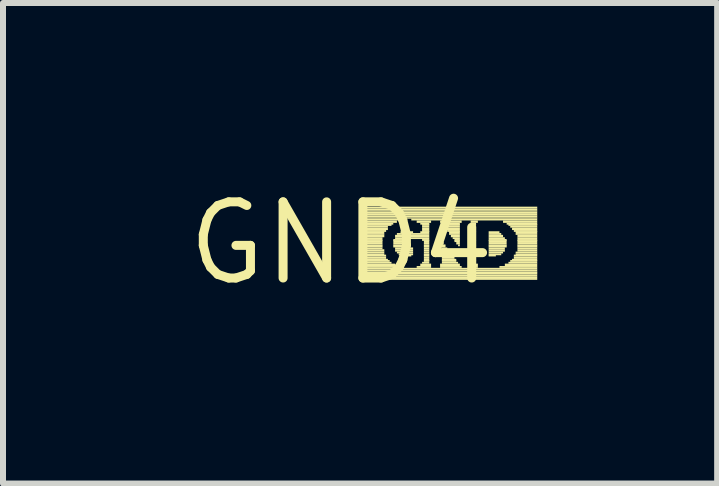
<source format=kicad_pcb>
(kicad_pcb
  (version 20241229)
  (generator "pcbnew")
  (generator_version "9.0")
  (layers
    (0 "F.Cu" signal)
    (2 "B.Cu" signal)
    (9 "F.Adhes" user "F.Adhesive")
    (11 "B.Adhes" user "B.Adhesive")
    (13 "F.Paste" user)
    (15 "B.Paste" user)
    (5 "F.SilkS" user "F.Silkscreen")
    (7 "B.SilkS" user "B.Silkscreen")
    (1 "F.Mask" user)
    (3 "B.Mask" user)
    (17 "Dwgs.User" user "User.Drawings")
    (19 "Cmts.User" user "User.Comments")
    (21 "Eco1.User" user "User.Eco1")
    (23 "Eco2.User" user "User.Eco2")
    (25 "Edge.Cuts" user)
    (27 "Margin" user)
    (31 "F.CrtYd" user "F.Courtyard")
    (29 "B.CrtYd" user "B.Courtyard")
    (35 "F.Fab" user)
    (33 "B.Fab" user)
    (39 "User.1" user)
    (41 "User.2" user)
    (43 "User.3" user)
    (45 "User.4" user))
  (footprint "GND4"
    (layer "F.Cu")
    (at 2.638 1.006)
    (property "Reference" "GND4" (at 0 0 0) (layer "F.SilkS") (effects (font (size 1.27 1.27) (thickness 0.15))))
    (fp_poly (pts (xy 0.36 -0.58) (xy 3.27 -0.58) (xy 3.27 -0.61) (xy 0.36 -0.61)) (stroke (width 0) (type default)) (fill yes) (layer "F.SilkS"))
    (fp_poly (pts (xy 0.36 -0.55) (xy 3.27 -0.55) (xy 3.27 -0.58) (xy 0.36 -0.58)) (stroke (width 0) (type default)) (fill yes) (layer "F.SilkS"))
    (fp_poly (pts (xy 0.36 -0.53) (xy 3.27 -0.53) (xy 3.27 -0.55) (xy 0.36 -0.55)) (stroke (width 0) (type default)) (fill yes) (layer "F.SilkS"))
    (fp_poly (pts (xy 0.36 -0.49) (xy 3.27 -0.49) (xy 3.27 -0.53) (xy 0.36 -0.53)) (stroke (width 0) (type default)) (fill yes) (layer "F.SilkS"))
    (fp_poly (pts (xy 0.36 -0.46) (xy 3.27 -0.46) (xy 3.27 -0.49) (xy 0.36 -0.49)) (stroke (width 0) (type default)) (fill yes) (layer "F.SilkS"))
    (fp_poly (pts (xy 0.36 -0.43) (xy 3.27 -0.43) (xy 3.27 -0.46) (xy 0.36 -0.46)) (stroke (width 0) (type default)) (fill yes) (layer "F.SilkS"))
    (fp_poly (pts (xy 0.36 -0.41) (xy 3.27 -0.41) (xy 3.27 -0.43) (xy 0.36 -0.43)) (stroke (width 0) (type default)) (fill yes) (layer "F.SilkS"))
    (fp_poly (pts (xy 0.36 -0.38) (xy 0.99 -0.38) (xy 0.99 -0.41) (xy 0.36 -0.41)) (stroke (width 0) (type default)) (fill yes) (layer "F.SilkS"))
    (fp_poly (pts (xy 0.36 -0.34) (xy 0.93 -0.34) (xy 0.93 -0.38) (xy 0.36 -0.38)) (stroke (width 0) (type default)) (fill yes) (layer "F.SilkS"))
    (fp_poly (pts (xy 0.36 -0.31) (xy 0.87 -0.31) (xy 0.87 -0.34) (xy 0.36 -0.34)) (stroke (width 0) (type default)) (fill yes) (layer "F.SilkS"))
    (fp_poly (pts (xy 0.36 -0.29) (xy 0.84 -0.29) (xy 0.84 -0.32) (xy 0.36 -0.32)) (stroke (width 0) (type default)) (fill yes) (layer "F.SilkS"))
    (fp_poly (pts (xy 0.36 -0.26) (xy 0.78 -0.26) (xy 0.78 -0.29) (xy 0.36 -0.29)) (stroke (width 0) (type default)) (fill yes) (layer "F.SilkS"))
    (fp_poly (pts (xy 0.36 -0.22) (xy 0.78 -0.22) (xy 0.78 -0.26) (xy 0.36 -0.26)) (stroke (width 0) (type default)) (fill yes) (layer "F.SilkS"))
    (fp_poly (pts (xy 0.36 -0.19) (xy 0.75 -0.19) (xy 0.75 -0.22) (xy 0.36 -0.22)) (stroke (width 0) (type default)) (fill yes) (layer "F.SilkS"))
    (fp_poly (pts (xy 0.36 -0.17) (xy 0.72 -0.17) (xy 0.72 -0.2) (xy 0.36 -0.2)) (stroke (width 0) (type default)) (fill yes) (layer "F.SilkS"))
    (fp_poly (pts (xy 0.36 -0.14) (xy 0.72 -0.14) (xy 0.72 -0.17) (xy 0.36 -0.17)) (stroke (width 0) (type default)) (fill yes) (layer "F.SilkS"))
    (fp_poly (pts (xy 0.36 -0.1) (xy 0.72 -0.1) (xy 0.72 -0.14) (xy 0.36 -0.14)) (stroke (width 0) (type default)) (fill yes) (layer "F.SilkS"))
    (fp_poly (pts (xy 0.36 -0.07) (xy 0.69 -0.07) (xy 0.69 -0.1) (xy 0.36 -0.1)) (stroke (width 0) (type default)) (fill yes) (layer "F.SilkS"))
    (fp_poly (pts (xy 0.36 -0.04) (xy 0.69 -0.04) (xy 0.69 -0.07) (xy 0.36 -0.07)) (stroke (width 0) (type default)) (fill yes) (layer "F.SilkS"))
    (fp_poly (pts (xy 0.36 -0.02) (xy 0.69 -0.02) (xy 0.69 -0.05) (xy 0.36 -0.05)) (stroke (width 0) (type default)) (fill yes) (layer "F.SilkS"))
    (fp_poly (pts (xy 0.36 0.02) (xy 0.69 0.02) (xy 0.69 -0.02) (xy 0.36 -0.02)) (stroke (width 0) (type default)) (fill yes) (layer "F.SilkS"))
    (fp_poly (pts (xy 0.36 0.05) (xy 0.69 0.05) (xy 0.69 0.02) (xy 0.36 0.02)) (stroke (width 0) (type default)) (fill yes) (layer "F.SilkS"))
    (fp_poly (pts (xy 0.36 0.07) (xy 0.69 0.07) (xy 0.69 0.04) (xy 0.36 0.04)) (stroke (width 0) (type default)) (fill yes) (layer "F.SilkS"))
    (fp_poly (pts (xy 0.36 0.1) (xy 0.69 0.1) (xy 0.69 0.07) (xy 0.36 0.07)) (stroke (width 0) (type default)) (fill yes) (layer "F.SilkS"))
    (fp_poly (pts (xy 0.36 0.14) (xy 0.72 0.14) (xy 0.72 0.1) (xy 0.36 0.1)) (stroke (width 0) (type default)) (fill yes) (layer "F.SilkS"))
    (fp_poly (pts (xy 0.36 0.17) (xy 0.72 0.17) (xy 0.72 0.14) (xy 0.36 0.14)) (stroke (width 0) (type default)) (fill yes) (layer "F.SilkS"))
    (fp_poly (pts (xy 0.36 0.2) (xy 0.72 0.2) (xy 0.72 0.17) (xy 0.36 0.17)) (stroke (width 0) (type default)) (fill yes) (layer "F.SilkS"))
    (fp_poly (pts (xy 0.36 0.22) (xy 0.75 0.22) (xy 0.75 0.19) (xy 0.36 0.19)) (stroke (width 0) (type default)) (fill yes) (layer "F.SilkS"))
    (fp_poly (pts (xy 0.36 0.26) (xy 0.75 0.26) (xy 0.75 0.22) (xy 0.36 0.22)) (stroke (width 0) (type default)) (fill yes) (layer "F.SilkS"))
    (fp_poly (pts (xy 0.36 0.29) (xy 0.78 0.29) (xy 0.78 0.26) (xy 0.36 0.26)) (stroke (width 0) (type default)) (fill yes) (layer "F.SilkS"))
    (fp_poly (pts (xy 0.36 0.31) (xy 0.81 0.31) (xy 0.81 0.28) (xy 0.36 0.28)) (stroke (width 0) (type default)) (fill yes) (layer "F.SilkS"))
    (fp_poly (pts (xy 0.36 0.34) (xy 0.84 0.34) (xy 0.84 0.31) (xy 0.36 0.31)) (stroke (width 0) (type default)) (fill yes) (layer "F.SilkS"))
    (fp_poly (pts (xy 0.36 0.38) (xy 0.9 0.38) (xy 0.9 0.34) (xy 0.36 0.34)) (stroke (width 0) (type default)) (fill yes) (layer "F.SilkS"))
    (fp_poly (pts (xy 0.36 0.41) (xy 0.96 0.41) (xy 0.96 0.38) (xy 0.36 0.38)) (stroke (width 0) (type default)) (fill yes) (layer "F.SilkS"))
    (fp_poly (pts (xy 0.36 0.44) (xy 3.27 0.44) (xy 3.27 0.41) (xy 0.36 0.41)) (stroke (width 0) (type default)) (fill yes) (layer "F.SilkS"))
    (fp_poly (pts (xy 0.36 0.47) (xy 3.27 0.47) (xy 3.27 0.44) (xy 0.36 0.44)) (stroke (width 0) (type default)) (fill yes) (layer "F.SilkS"))
    (fp_poly (pts (xy 0.36 0.5) (xy 3.27 0.5) (xy 3.27 0.47) (xy 0.36 0.47)) (stroke (width 0) (type default)) (fill yes) (layer "F.SilkS"))
    (fp_poly (pts (xy 0.36 0.52) (xy 3.27 0.52) (xy 3.27 0.49) (xy 0.36 0.49)) (stroke (width 0) (type default)) (fill yes) (layer "F.SilkS"))
    (fp_poly (pts (xy 0.36 0.55) (xy 3.27 0.55) (xy 3.27 0.52) (xy 0.36 0.52)) (stroke (width 0) (type default)) (fill yes) (layer "F.SilkS"))
    (fp_poly (pts (xy 0.36 0.58) (xy 3.27 0.58) (xy 3.27 0.55) (xy 0.36 0.55)) (stroke (width 0) (type default)) (fill yes) (layer "F.SilkS"))
    (fp_poly (pts (xy 0.36 0.61) (xy 3.27 0.61) (xy 3.27 0.58) (xy 0.36 0.58)) (stroke (width 0) (type default)) (fill yes) (layer "F.SilkS"))
    (fp_poly (pts (xy 0.87 -0.04) (xy 1.08 -0.04) (xy 1.08 -0.07) (xy 0.87 -0.07)) (stroke (width 0) (type default)) (fill yes) (layer "F.SilkS"))
    (fp_poly (pts (xy 0.87 -0.02) (xy 1.05 -0.02) (xy 1.05 -0.05) (xy 0.87 -0.05)) (stroke (width 0) (type default)) (fill yes) (layer "F.SilkS"))
    (fp_poly (pts (xy 0.87 0.02) (xy 1.05 0.02) (xy 1.05 -0.02) (xy 0.87 -0.02)) (stroke (width 0) (type default)) (fill yes) (layer "F.SilkS"))
    (fp_poly (pts (xy 0.87 0.05) (xy 1.05 0.05) (xy 1.05 0.02) (xy 0.87 0.02)) (stroke (width 0) (type default)) (fill yes) (layer "F.SilkS"))
    (fp_poly (pts (xy 0.87 0.07) (xy 1.05 0.07) (xy 1.05 0.04) (xy 0.87 0.04)) (stroke (width 0) (type default)) (fill yes) (layer "F.SilkS"))
    (fp_poly (pts (xy 0.9 -0.1) (xy 1.47 -0.1) (xy 1.47 -0.14) (xy 0.9 -0.14)) (stroke (width 0) (type default)) (fill yes) (layer "F.SilkS"))
    (fp_poly (pts (xy 0.9 -0.07) (xy 1.47 -0.07) (xy 1.47 -0.1) (xy 0.9 -0.1)) (stroke (width 0) (type default)) (fill yes) (layer "F.SilkS"))
    (fp_poly (pts (xy 0.9 0.1) (xy 1.2 0.1) (xy 1.2 0.07) (xy 0.9 0.07)) (stroke (width 0) (type default)) (fill yes) (layer "F.SilkS"))
    (fp_poly (pts (xy 0.9 0.14) (xy 1.2 0.14) (xy 1.2 0.1) (xy 0.9 0.1)) (stroke (width 0) (type default)) (fill yes) (layer "F.SilkS"))
    (fp_poly (pts (xy 0.93 -0.14) (xy 1.47 -0.14) (xy 1.47 -0.17) (xy 0.93 -0.17)) (stroke (width 0) (type default)) (fill yes) (layer "F.SilkS"))
    (fp_poly (pts (xy 0.93 0.17) (xy 1.2 0.17) (xy 1.2 0.14) (xy 0.93 0.14)) (stroke (width 0) (type default)) (fill yes) (layer "F.SilkS"))
    (fp_poly (pts (xy 0.96 0.2) (xy 1.2 0.2) (xy 1.2 0.17) (xy 0.96 0.17)) (stroke (width 0) (type default)) (fill yes) (layer "F.SilkS"))
    (fp_poly (pts (xy 0.99 -0.17) (xy 1.2 -0.17) (xy 1.2 -0.2) (xy 0.99 -0.2)) (stroke (width 0) (type default)) (fill yes) (layer "F.SilkS"))
    (fp_poly (pts (xy 1.02 0.22) (xy 1.17 0.22) (xy 1.17 0.19) (xy 1.02 0.19)) (stroke (width 0) (type default)) (fill yes) (layer "F.SilkS"))
    (fp_poly (pts (xy 1.17 -0.38) (xy 3.27 -0.38) (xy 3.27 -0.41) (xy 1.17 -0.41)) (stroke (width 0) (type default)) (fill yes) (layer "F.SilkS"))
    (fp_poly (pts (xy 1.26 -0.34) (xy 1.5 -0.34) (xy 1.5 -0.38) (xy 1.26 -0.38)) (stroke (width 0) (type default)) (fill yes) (layer "F.SilkS"))
    (fp_poly (pts (xy 1.26 0.41) (xy 1.5 0.41) (xy 1.5 0.38) (xy 1.26 0.38)) (stroke (width 0) (type default)) (fill yes) (layer "F.SilkS"))
    (fp_poly (pts (xy 1.32 -0.31) (xy 1.47 -0.31) (xy 1.47 -0.34) (xy 1.32 -0.34)) (stroke (width 0) (type default)) (fill yes) (layer "F.SilkS"))
    (fp_poly (pts (xy 1.32 -0.17) (xy 1.47 -0.17) (xy 1.47 -0.2) (xy 1.32 -0.2)) (stroke (width 0) (type default)) (fill yes) (layer "F.SilkS"))
    (fp_poly (pts (xy 1.32 0.38) (xy 1.5 0.38) (xy 1.5 0.34) (xy 1.32 0.34)) (stroke (width 0) (type default)) (fill yes) (layer "F.SilkS"))
    (fp_poly (pts (xy 1.35 -0.29) (xy 1.47 -0.29) (xy 1.47 -0.32) (xy 1.35 -0.32)) (stroke (width 0) (type default)) (fill yes) (layer "F.SilkS"))
    (fp_poly (pts (xy 1.35 -0.26) (xy 1.47 -0.26) (xy 1.47 -0.29) (xy 1.35 -0.29)) (stroke (width 0) (type default)) (fill yes) (layer "F.SilkS"))
    (fp_poly (pts (xy 1.35 -0.22) (xy 1.47 -0.22) (xy 1.47 -0.26) (xy 1.35 -0.26)) (stroke (width 0) (type default)) (fill yes) (layer "F.SilkS"))
    (fp_poly (pts (xy 1.35 -0.19) (xy 1.47 -0.19) (xy 1.47 -0.22) (xy 1.35 -0.22)) (stroke (width 0) (type default)) (fill yes) (layer "F.SilkS"))
    (fp_poly (pts (xy 1.35 -0.04) (xy 1.47 -0.04) (xy 1.47 -0.07) (xy 1.35 -0.07)) (stroke (width 0) (type default)) (fill yes) (layer "F.SilkS"))
    (fp_poly (pts (xy 1.35 0.34) (xy 1.47 0.34) (xy 1.47 0.31) (xy 1.35 0.31)) (stroke (width 0) (type default)) (fill yes) (layer "F.SilkS"))
    (fp_poly (pts (xy 1.38 -0.02) (xy 1.47 -0.02) (xy 1.47 -0.05) (xy 1.38 -0.05)) (stroke (width 0) (type default)) (fill yes) (layer "F.SilkS"))
    (fp_poly (pts (xy 1.38 0.02) (xy 1.47 0.02) (xy 1.47 -0.02) (xy 1.38 -0.02)) (stroke (width 0) (type default)) (fill yes) (layer "F.SilkS"))
    (fp_poly (pts (xy 1.38 0.05) (xy 1.47 0.05) (xy 1.47 0.02) (xy 1.38 0.02)) (stroke (width 0) (type default)) (fill yes) (layer "F.SilkS"))
    (fp_poly (pts (xy 1.38 0.07) (xy 1.47 0.07) (xy 1.47 0.04) (xy 1.38 0.04)) (stroke (width 0) (type default)) (fill yes) (layer "F.SilkS"))
    (fp_poly (pts (xy 1.38 0.1) (xy 1.47 0.1) (xy 1.47 0.07) (xy 1.38 0.07)) (stroke (width 0) (type default)) (fill yes) (layer "F.SilkS"))
    (fp_poly (pts (xy 1.38 0.14) (xy 1.47 0.14) (xy 1.47 0.1) (xy 1.38 0.1)) (stroke (width 0) (type default)) (fill yes) (layer "F.SilkS"))
    (fp_poly (pts (xy 1.38 0.17) (xy 1.47 0.17) (xy 1.47 0.14) (xy 1.38 0.14)) (stroke (width 0) (type default)) (fill yes) (layer "F.SilkS"))
    (fp_poly (pts (xy 1.38 0.2) (xy 1.47 0.2) (xy 1.47 0.17) (xy 1.38 0.17)) (stroke (width 0) (type default)) (fill yes) (layer "F.SilkS"))
    (fp_poly (pts (xy 1.38 0.22) (xy 1.47 0.22) (xy 1.47 0.19) (xy 1.38 0.19)) (stroke (width 0) (type default)) (fill yes) (layer "F.SilkS"))
    (fp_poly (pts (xy 1.38 0.26) (xy 1.47 0.26) (xy 1.47 0.22) (xy 1.38 0.22)) (stroke (width 0) (type default)) (fill yes) (layer "F.SilkS"))
    (fp_poly (pts (xy 1.38 0.29) (xy 1.47 0.29) (xy 1.47 0.26) (xy 1.38 0.26)) (stroke (width 0) (type default)) (fill yes) (layer "F.SilkS"))
    (fp_poly (pts (xy 1.38 0.31) (xy 1.47 0.31) (xy 1.47 0.28) (xy 1.38 0.28)) (stroke (width 0) (type default)) (fill yes) (layer "F.SilkS"))
    (fp_poly (pts (xy 1.65 -0.34) (xy 2.01 -0.34) (xy 2.01 -0.38) (xy 1.65 -0.38)) (stroke (width 0) (type default)) (fill yes) (layer "F.SilkS"))
    (fp_poly (pts (xy 1.65 0.38) (xy 1.98 0.38) (xy 1.98 0.34) (xy 1.65 0.34)) (stroke (width 0) (type default)) (fill yes) (layer "F.SilkS"))
    (fp_poly (pts (xy 1.65 0.41) (xy 2.01 0.41) (xy 2.01 0.38) (xy 1.65 0.38)) (stroke (width 0) (type default)) (fill yes) (layer "F.SilkS"))
    (fp_poly (pts (xy 1.68 -0.31) (xy 1.98 -0.31) (xy 1.98 -0.34) (xy 1.68 -0.34)) (stroke (width 0) (type default)) (fill yes) (layer "F.SilkS"))
    (fp_poly (pts (xy 1.68 0.02) (xy 1.71 0.02) (xy 1.71 -0.02) (xy 1.68 -0.02)) (stroke (width 0) (type default)) (fill yes) (layer "F.SilkS"))
    (fp_poly (pts (xy 1.68 0.05) (xy 1.74 0.05) (xy 1.74 0.02) (xy 1.68 0.02)) (stroke (width 0) (type default)) (fill yes) (layer "F.SilkS"))
    (fp_poly (pts (xy 1.68 0.07) (xy 1.74 0.07) (xy 1.74 0.04) (xy 1.68 0.04)) (stroke (width 0) (type default)) (fill yes) (layer "F.SilkS"))
    (fp_poly (pts (xy 1.68 0.1) (xy 1.77 0.1) (xy 1.77 0.07) (xy 1.68 0.07)) (stroke (width 0) (type default)) (fill yes) (layer "F.SilkS"))
    (fp_poly (pts (xy 1.68 0.14) (xy 1.8 0.14) (xy 1.8 0.1) (xy 1.68 0.1)) (stroke (width 0) (type default)) (fill yes) (layer "F.SilkS"))
    (fp_poly (pts (xy 1.68 0.17) (xy 1.83 0.17) (xy 1.83 0.14) (xy 1.68 0.14)) (stroke (width 0) (type default)) (fill yes) (layer "F.SilkS"))
    (fp_poly (pts (xy 1.68 0.2) (xy 1.83 0.2) (xy 1.83 0.17) (xy 1.68 0.17)) (stroke (width 0) (type default)) (fill yes) (layer "F.SilkS"))
    (fp_poly (pts (xy 1.68 0.22) (xy 1.86 0.22) (xy 1.86 0.19) (xy 1.68 0.19)) (stroke (width 0) (type default)) (fill yes) (layer "F.SilkS"))
    (fp_poly (pts (xy 1.68 0.26) (xy 1.89 0.26) (xy 1.89 0.22) (xy 1.68 0.22)) (stroke (width 0) (type default)) (fill yes) (layer "F.SilkS"))
    (fp_poly (pts (xy 1.68 0.29) (xy 1.92 0.29) (xy 1.92 0.26) (xy 1.68 0.26)) (stroke (width 0) (type default)) (fill yes) (layer "F.SilkS"))
    (fp_poly (pts (xy 1.68 0.31) (xy 1.92 0.31) (xy 1.92 0.28) (xy 1.68 0.28)) (stroke (width 0) (type default)) (fill yes) (layer "F.SilkS"))
    (fp_poly (pts (xy 1.68 0.34) (xy 1.95 0.34) (xy 1.95 0.31) (xy 1.68 0.31)) (stroke (width 0) (type default)) (fill yes) (layer "F.SilkS"))
    (fp_poly (pts (xy 1.71 -0.29) (xy 1.98 -0.29) (xy 1.98 -0.32) (xy 1.71 -0.32)) (stroke (width 0) (type default)) (fill yes) (layer "F.SilkS"))
    (fp_poly (pts (xy 1.71 -0.26) (xy 1.98 -0.26) (xy 1.98 -0.29) (xy 1.71 -0.29)) (stroke (width 0) (type default)) (fill yes) (layer "F.SilkS"))
    (fp_poly (pts (xy 1.74 -0.22) (xy 1.98 -0.22) (xy 1.98 -0.26) (xy 1.74 -0.26)) (stroke (width 0) (type default)) (fill yes) (layer "F.SilkS"))
    (fp_poly (pts (xy 1.77 -0.19) (xy 1.98 -0.19) (xy 1.98 -0.22) (xy 1.77 -0.22)) (stroke (width 0) (type default)) (fill yes) (layer "F.SilkS"))
    (fp_poly (pts (xy 1.8 -0.17) (xy 1.98 -0.17) (xy 1.98 -0.2) (xy 1.8 -0.2)) (stroke (width 0) (type default)) (fill yes) (layer "F.SilkS"))
    (fp_poly (pts (xy 1.8 -0.14) (xy 1.98 -0.14) (xy 1.98 -0.17) (xy 1.8 -0.17)) (stroke (width 0) (type default)) (fill yes) (layer "F.SilkS"))
    (fp_poly (pts (xy 1.83 -0.1) (xy 1.98 -0.1) (xy 1.98 -0.14) (xy 1.83 -0.14)) (stroke (width 0) (type default)) (fill yes) (layer "F.SilkS"))
    (fp_poly (pts (xy 1.86 -0.07) (xy 1.98 -0.07) (xy 1.98 -0.1) (xy 1.86 -0.1)) (stroke (width 0) (type default)) (fill yes) (layer "F.SilkS"))
    (fp_poly (pts (xy 1.89 -0.04) (xy 1.98 -0.04) (xy 1.98 -0.07) (xy 1.89 -0.07)) (stroke (width 0) (type default)) (fill yes) (layer "F.SilkS"))
    (fp_poly (pts (xy 1.89 -0.02) (xy 1.98 -0.02) (xy 1.98 -0.05) (xy 1.89 -0.05)) (stroke (width 0) (type default)) (fill yes) (layer "F.SilkS"))
    (fp_poly (pts (xy 1.92 0.02) (xy 1.98 0.02) (xy 1.98 -0.02) (xy 1.92 -0.02)) (stroke (width 0) (type default)) (fill yes) (layer "F.SilkS"))
    (fp_poly (pts (xy 1.95 0.05) (xy 1.98 0.05) (xy 1.98 0.02) (xy 1.95 0.02)) (stroke (width 0) (type default)) (fill yes) (layer "F.SilkS"))
    (fp_poly (pts (xy 2.13 0.41) (xy 2.28 0.41) (xy 2.28 0.38) (xy 2.13 0.38)) (stroke (width 0) (type default)) (fill yes) (layer "F.SilkS"))
    (fp_poly (pts (xy 2.16 -0.34) (xy 2.28 -0.34) (xy 2.28 -0.38) (xy 2.16 -0.38)) (stroke (width 0) (type default)) (fill yes) (layer "F.SilkS"))
    (fp_poly (pts (xy 2.16 -0.31) (xy 2.25 -0.31) (xy 2.25 -0.34) (xy 2.16 -0.34)) (stroke (width 0) (type default)) (fill yes) (layer "F.SilkS"))
    (fp_poly (pts (xy 2.16 -0.29) (xy 2.25 -0.29) (xy 2.25 -0.32) (xy 2.16 -0.32)) (stroke (width 0) (type default)) (fill yes) (layer "F.SilkS"))
    (fp_poly (pts (xy 2.16 -0.26) (xy 2.25 -0.26) (xy 2.25 -0.29) (xy 2.16 -0.29)) (stroke (width 0) (type default)) (fill yes) (layer "F.SilkS"))
    (fp_poly (pts (xy 2.16 -0.22) (xy 2.25 -0.22) (xy 2.25 -0.26) (xy 2.16 -0.26)) (stroke (width 0) (type default)) (fill yes) (layer "F.SilkS"))
    (fp_poly (pts (xy 2.16 -0.19) (xy 2.25 -0.19) (xy 2.25 -0.22) (xy 2.16 -0.22)) (stroke (width 0) (type default)) (fill yes) (layer "F.SilkS"))
    (fp_poly (pts (xy 2.16 -0.17) (xy 2.25 -0.17) (xy 2.25 -0.2) (xy 2.16 -0.2)) (stroke (width 0) (type default)) (fill yes) (layer "F.SilkS"))
    (fp_poly (pts (xy 2.16 -0.14) (xy 2.25 -0.14) (xy 2.25 -0.17) (xy 2.16 -0.17)) (stroke (width 0) (type default)) (fill yes) (layer "F.SilkS"))
    (fp_poly (pts (xy 2.16 -0.1) (xy 2.25 -0.1) (xy 2.25 -0.14) (xy 2.16 -0.14)) (stroke (width 0) (type default)) (fill yes) (layer "F.SilkS"))
    (fp_poly (pts (xy 2.16 -0.07) (xy 2.25 -0.07) (xy 2.25 -0.1) (xy 2.16 -0.1)) (stroke (width 0) (type default)) (fill yes) (layer "F.SilkS"))
    (fp_poly (pts (xy 2.16 -0.04) (xy 2.25 -0.04) (xy 2.25 -0.07) (xy 2.16 -0.07)) (stroke (width 0) (type default)) (fill yes) (layer "F.SilkS"))
    (fp_poly (pts (xy 2.16 -0.02) (xy 2.25 -0.02) (xy 2.25 -0.05) (xy 2.16 -0.05)) (stroke (width 0) (type default)) (fill yes) (layer "F.SilkS"))
    (fp_poly (pts (xy 2.16 0.02) (xy 2.25 0.02) (xy 2.25 -0.02) (xy 2.16 -0.02)) (stroke (width 0) (type default)) (fill yes) (layer "F.SilkS"))
    (fp_poly (pts (xy 2.16 0.05) (xy 2.25 0.05) (xy 2.25 0.02) (xy 2.16 0.02)) (stroke (width 0) (type default)) (fill yes) (layer "F.SilkS"))
    (fp_poly (pts (xy 2.16 0.07) (xy 2.25 0.07) (xy 2.25 0.04) (xy 2.16 0.04)) (stroke (width 0) (type default)) (fill yes) (layer "F.SilkS"))
    (fp_poly (pts (xy 2.16 0.1) (xy 2.25 0.1) (xy 2.25 0.07) (xy 2.16 0.07)) (stroke (width 0) (type default)) (fill yes) (layer "F.SilkS"))
    (fp_poly (pts (xy 2.16 0.14) (xy 2.25 0.14) (xy 2.25 0.1) (xy 2.16 0.1)) (stroke (width 0) (type default)) (fill yes) (layer "F.SilkS"))
    (fp_poly (pts (xy 2.16 0.17) (xy 2.25 0.17) (xy 2.25 0.14) (xy 2.16 0.14)) (stroke (width 0) (type default)) (fill yes) (layer "F.SilkS"))
    (fp_poly (pts (xy 2.16 0.2) (xy 2.25 0.2) (xy 2.25 0.17) (xy 2.16 0.17)) (stroke (width 0) (type default)) (fill yes) (layer "F.SilkS"))
    (fp_poly (pts (xy 2.16 0.22) (xy 2.25 0.22) (xy 2.25 0.19) (xy 2.16 0.19)) (stroke (width 0) (type default)) (fill yes) (layer "F.SilkS"))
    (fp_poly (pts (xy 2.16 0.26) (xy 2.25 0.26) (xy 2.25 0.22) (xy 2.16 0.22)) (stroke (width 0) (type default)) (fill yes) (layer "F.SilkS"))
    (fp_poly (pts (xy 2.16 0.29) (xy 2.25 0.29) (xy 2.25 0.26) (xy 2.16 0.26)) (stroke (width 0) (type default)) (fill yes) (layer "F.SilkS"))
    (fp_poly (pts (xy 2.16 0.31) (xy 2.25 0.31) (xy 2.25 0.28) (xy 2.16 0.28)) (stroke (width 0) (type default)) (fill yes) (layer "F.SilkS"))
    (fp_poly (pts (xy 2.16 0.34) (xy 2.25 0.34) (xy 2.25 0.31) (xy 2.16 0.31)) (stroke (width 0) (type default)) (fill yes) (layer "F.SilkS"))
    (fp_poly (pts (xy 2.16 0.38) (xy 2.28 0.38) (xy 2.28 0.34) (xy 2.16 0.34)) (stroke (width 0) (type default)) (fill yes) (layer "F.SilkS"))
    (fp_poly (pts (xy 2.46 -0.17) (xy 2.64 -0.17) (xy 2.64 -0.2) (xy 2.46 -0.2)) (stroke (width 0) (type default)) (fill yes) (layer "F.SilkS"))
    (fp_poly (pts (xy 2.46 -0.14) (xy 2.67 -0.14) (xy 2.67 -0.17) (xy 2.46 -0.17)) (stroke (width 0) (type default)) (fill yes) (layer "F.SilkS"))
    (fp_poly (pts (xy 2.46 -0.1) (xy 2.7 -0.1) (xy 2.7 -0.14) (xy 2.46 -0.14)) (stroke (width 0) (type default)) (fill yes) (layer "F.SilkS"))
    (fp_poly (pts (xy 2.46 -0.07) (xy 2.73 -0.07) (xy 2.73 -0.1) (xy 2.46 -0.1)) (stroke (width 0) (type default)) (fill yes) (layer "F.SilkS"))
    (fp_poly (pts (xy 2.46 -0.04) (xy 2.76 -0.04) (xy 2.76 -0.07) (xy 2.46 -0.07)) (stroke (width 0) (type default)) (fill yes) (layer "F.SilkS"))
    (fp_poly (pts (xy 2.46 -0.02) (xy 2.76 -0.02) (xy 2.76 -0.05) (xy 2.46 -0.05)) (stroke (width 0) (type default)) (fill yes) (layer "F.SilkS"))
    (fp_poly (pts (xy 2.46 0.02) (xy 2.76 0.02) (xy 2.76 -0.02) (xy 2.46 -0.02)) (stroke (width 0) (type default)) (fill yes) (layer "F.SilkS"))
    (fp_poly (pts (xy 2.46 0.05) (xy 2.76 0.05) (xy 2.76 0.02) (xy 2.46 0.02)) (stroke (width 0) (type default)) (fill yes) (layer "F.SilkS"))
    (fp_poly (pts (xy 2.46 0.07) (xy 2.76 0.07) (xy 2.76 0.04) (xy 2.46 0.04)) (stroke (width 0) (type default)) (fill yes) (layer "F.SilkS"))
    (fp_poly (pts (xy 2.46 0.1) (xy 2.73 0.1) (xy 2.73 0.07) (xy 2.46 0.07)) (stroke (width 0) (type default)) (fill yes) (layer "F.SilkS"))
    (fp_poly (pts (xy 2.46 0.14) (xy 2.73 0.14) (xy 2.73 0.1) (xy 2.46 0.1)) (stroke (width 0) (type default)) (fill yes) (layer "F.SilkS"))
    (fp_poly (pts (xy 2.46 0.17) (xy 2.7 0.17) (xy 2.7 0.14) (xy 2.46 0.14)) (stroke (width 0) (type default)) (fill yes) (layer "F.SilkS"))
    (fp_poly (pts (xy 2.46 0.2) (xy 2.67 0.2) (xy 2.67 0.17) (xy 2.46 0.17)) (stroke (width 0) (type default)) (fill yes) (layer "F.SilkS"))
    (fp_poly (pts (xy 2.46 0.22) (xy 2.58 0.22) (xy 2.58 0.19) (xy 2.46 0.19)) (stroke (width 0) (type default)) (fill yes) (layer "F.SilkS"))
    (fp_poly (pts (xy 2.64 0.41) (xy 3.27 0.41) (xy 3.27 0.38) (xy 2.64 0.38)) (stroke (width 0) (type default)) (fill yes) (layer "F.SilkS"))
    (fp_poly (pts (xy 2.7 -0.34) (xy 3.27 -0.34) (xy 3.27 -0.38) (xy 2.7 -0.38)) (stroke (width 0) (type default)) (fill yes) (layer "F.SilkS"))
    (fp_poly (pts (xy 2.73 0.38) (xy 3.27 0.38) (xy 3.27 0.34) (xy 2.73 0.34)) (stroke (width 0) (type default)) (fill yes) (layer "F.SilkS"))
    (fp_poly (pts (xy 2.76 -0.31) (xy 3.27 -0.31) (xy 3.27 -0.34) (xy 2.76 -0.34)) (stroke (width 0) (type default)) (fill yes) (layer "F.SilkS"))
    (fp_poly (pts (xy 2.79 -0.29) (xy 3.27 -0.29) (xy 3.27 -0.32) (xy 2.79 -0.32)) (stroke (width 0) (type default)) (fill yes) (layer "F.SilkS"))
    (fp_poly (pts (xy 2.79 0.34) (xy 3.27 0.34) (xy 3.27 0.31) (xy 2.79 0.31)) (stroke (width 0) (type default)) (fill yes) (layer "F.SilkS"))
    (fp_poly (pts (xy 2.82 -0.26) (xy 3.27 -0.26) (xy 3.27 -0.29) (xy 2.82 -0.29)) (stroke (width 0) (type default)) (fill yes) (layer "F.SilkS"))
    (fp_poly (pts (xy 2.82 0.31) (xy 3.27 0.31) (xy 3.27 0.28) (xy 2.82 0.28)) (stroke (width 0) (type default)) (fill yes) (layer "F.SilkS"))
    (fp_poly (pts (xy 2.85 -0.22) (xy 3.27 -0.22) (xy 3.27 -0.26) (xy 2.85 -0.26)) (stroke (width 0) (type default)) (fill yes) (layer "F.SilkS"))
    (fp_poly (pts (xy 2.85 0.29) (xy 3.27 0.29) (xy 3.27 0.26) (xy 2.85 0.26)) (stroke (width 0) (type default)) (fill yes) (layer "F.SilkS"))
    (fp_poly (pts (xy 2.88 -0.19) (xy 3.27 -0.19) (xy 3.27 -0.22) (xy 2.88 -0.22)) (stroke (width 0) (type default)) (fill yes) (layer "F.SilkS"))
    (fp_poly (pts (xy 2.88 0.22) (xy 3.27 0.22) (xy 3.27 0.19) (xy 2.88 0.19)) (stroke (width 0) (type default)) (fill yes) (layer "F.SilkS"))
    (fp_poly (pts (xy 2.88 0.26) (xy 3.27 0.26) (xy 3.27 0.22) (xy 2.88 0.22)) (stroke (width 0) (type default)) (fill yes) (layer "F.SilkS"))
    (fp_poly (pts (xy 2.91 -0.17) (xy 3.27 -0.17) (xy 3.27 -0.2) (xy 2.91 -0.2)) (stroke (width 0) (type default)) (fill yes) (layer "F.SilkS"))
    (fp_poly (pts (xy 2.91 -0.14) (xy 3.27 -0.14) (xy 3.27 -0.17) (xy 2.91 -0.17)) (stroke (width 0) (type default)) (fill yes) (layer "F.SilkS"))
    (fp_poly (pts (xy 2.91 0.17) (xy 3.27 0.17) (xy 3.27 0.14) (xy 2.91 0.14)) (stroke (width 0) (type default)) (fill yes) (layer "F.SilkS"))
    (fp_poly (pts (xy 2.91 0.2) (xy 3.27 0.2) (xy 3.27 0.17) (xy 2.91 0.17)) (stroke (width 0) (type default)) (fill yes) (layer "F.SilkS"))
    (fp_poly (pts (xy 2.94 -0.1) (xy 3.27 -0.1) (xy 3.27 -0.14) (xy 2.94 -0.14)) (stroke (width 0) (type default)) (fill yes) (layer "F.SilkS"))
    (fp_poly (pts (xy 2.94 -0.07) (xy 3.27 -0.07) (xy 3.27 -0.1) (xy 2.94 -0.1)) (stroke (width 0) (type default)) (fill yes) (layer "F.SilkS"))
    (fp_poly (pts (xy 2.94 -0.04) (xy 3.27 -0.04) (xy 3.27 -0.07) (xy 2.94 -0.07)) (stroke (width 0) (type default)) (fill yes) (layer "F.SilkS"))
    (fp_poly (pts (xy 2.94 -0.02) (xy 3.27 -0.02) (xy 3.27 -0.05) (xy 2.94 -0.05)) (stroke (width 0) (type default)) (fill yes) (layer "F.SilkS"))
    (fp_poly (pts (xy 2.94 0.02) (xy 3.27 0.02) (xy 3.27 -0.02) (xy 2.94 -0.02)) (stroke (width 0) (type default)) (fill yes) (layer "F.SilkS"))
    (fp_poly (pts (xy 2.94 0.05) (xy 3.27 0.05) (xy 3.27 0.02) (xy 2.94 0.02)) (stroke (width 0) (type default)) (fill yes) (layer "F.SilkS"))
    (fp_poly (pts (xy 2.94 0.07) (xy 3.27 0.07) (xy 3.27 0.04) (xy 2.94 0.04)) (stroke (width 0) (type default)) (fill yes) (layer "F.SilkS"))
    (fp_poly (pts (xy 2.94 0.1) (xy 3.27 0.1) (xy 3.27 0.07) (xy 2.94 0.07)) (stroke (width 0) (type default)) (fill yes) (layer "F.SilkS"))
    (fp_poly (pts (xy 2.94 0.14) (xy 3.27 0.14) (xy 3.27 0.1) (xy 2.94 0.1)) (stroke (width 0) (type default)) (fill yes) (layer "F.SilkS")))
  (gr_rect
    (start -3 -3)
    (end 8.908 5.012)
    (stroke (width 0.1) (type default))
    (fill no)
    (layer "Edge.Cuts")))
</source>
